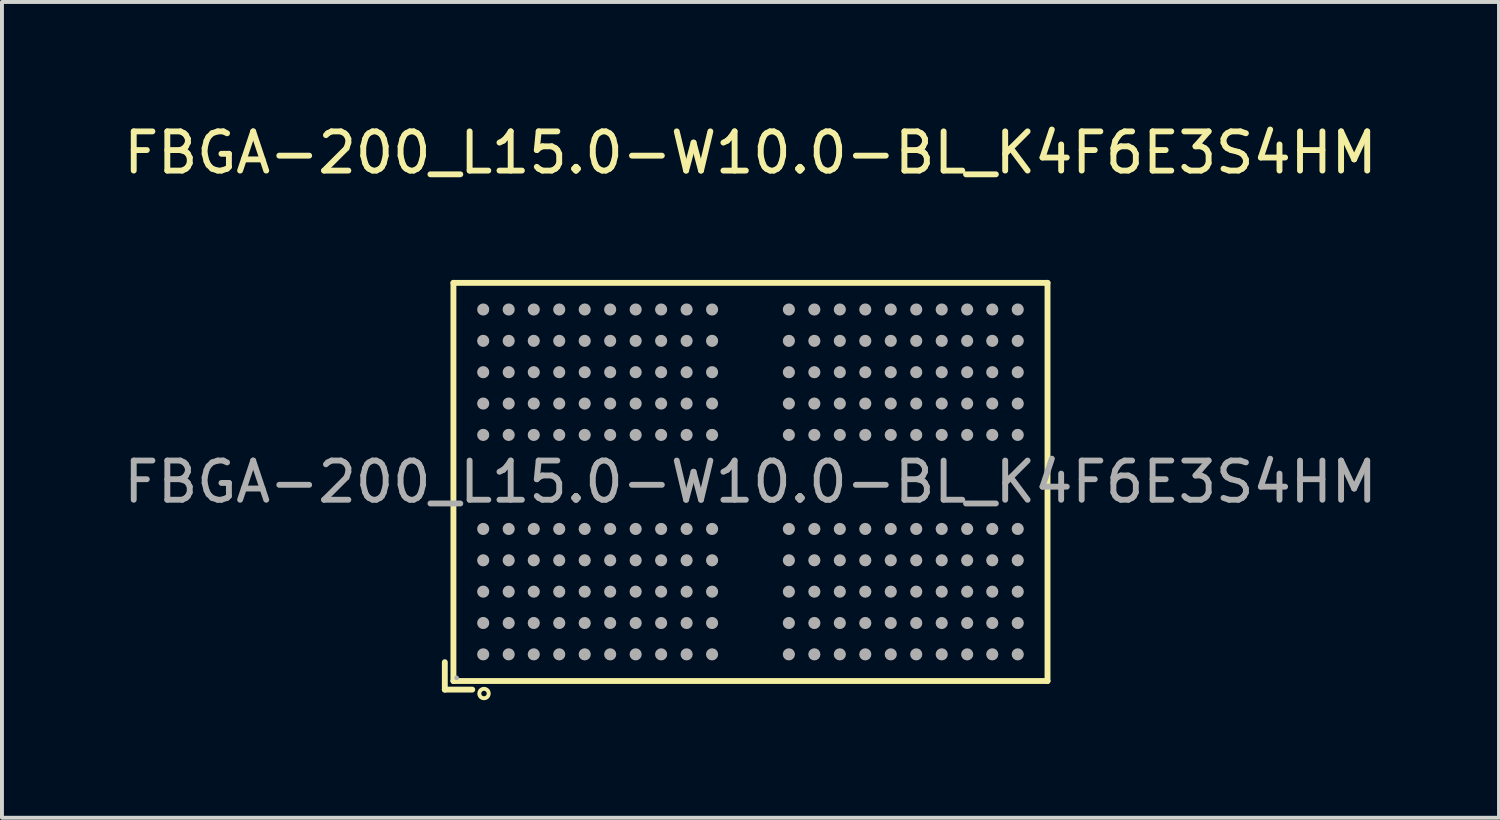
<source format=kicad_pcb>
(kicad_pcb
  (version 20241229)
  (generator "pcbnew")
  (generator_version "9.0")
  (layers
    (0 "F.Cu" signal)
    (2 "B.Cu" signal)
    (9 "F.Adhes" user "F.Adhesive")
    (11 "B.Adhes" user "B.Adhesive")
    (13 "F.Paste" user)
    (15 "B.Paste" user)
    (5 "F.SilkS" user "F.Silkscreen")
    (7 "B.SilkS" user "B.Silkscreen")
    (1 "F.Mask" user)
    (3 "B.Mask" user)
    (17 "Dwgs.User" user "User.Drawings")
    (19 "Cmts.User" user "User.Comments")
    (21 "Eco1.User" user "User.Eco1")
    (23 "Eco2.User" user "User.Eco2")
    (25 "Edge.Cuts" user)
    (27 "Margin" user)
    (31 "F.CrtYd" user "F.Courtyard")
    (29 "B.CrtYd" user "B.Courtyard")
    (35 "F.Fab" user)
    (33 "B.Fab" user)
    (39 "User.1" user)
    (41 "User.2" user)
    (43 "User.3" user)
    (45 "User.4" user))
  (footprint "FBGA-200_L15.0-W10.0-BL_K4F6E3S4HM"
    (layer "F.Cu")
    (at 16.101 9.248)
    (property "Reference" "FBGA-200_L15.0-W10.0-BL_K4F6E3S4HM" (at 0 -8.4 0) (layer "F.SilkS") (effects (font (size 1 1) (thickness 0.15))))
    (attr smd)
    (fp_line (start -7.8 4.6) (end -7.8 5.3) (stroke (width 0.15) (type solid)) (layer "F.SilkS"))
    (fp_line (start -7.8 5.3) (end -7.1 5.3) (stroke (width 0.15) (type solid)) (layer "F.SilkS"))
    (fp_line (start -7.58 -5.08) (end 7.58 -5.08) (stroke (width 0.15) (type solid)) (layer "F.SilkS"))
    (fp_line (start -7.58 5.08) (end -7.58 -5.08) (stroke (width 0.15) (type solid)) (layer "F.SilkS"))
    (fp_line (start 7.58 -5.08) (end 7.58 5.08) (stroke (width 0.15) (type solid)) (layer "F.SilkS"))
    (fp_line (start 7.58 5.08) (end -7.58 5.08) (stroke (width 0.15) (type solid)) (layer "F.SilkS"))
    (fp_circle (center -6.8 5.4) (end -6.68 5.4) (stroke (width 0.1) (type solid)) (fill no) (layer "F.SilkS"))
    (fp_circle (center -7.5 5) (end -7.47 5) (stroke (width 0.06) (type solid)) (fill no) (layer "F.Fab"))
    (fp_circle (center -6.82 -4.4) (end -6.74 -4.4) (stroke (width 0.15) (type solid)) (fill no) (layer "F.Fab"))
    (fp_circle (center -6.82 -3.6) (end -6.74 -3.6) (stroke (width 0.15) (type solid)) (fill no) (layer "F.Fab"))
    (fp_circle (center -6.82 -2.8) (end -6.74 -2.8) (stroke (width 0.15) (type solid)) (fill no) (layer "F.Fab"))
    (fp_circle (center -6.82 -2) (end -6.74 -2) (stroke (width 0.15) (type solid)) (fill no) (layer "F.Fab"))
    (fp_circle (center -6.82 -1.2) (end -6.74 -1.2) (stroke (width 0.15) (type solid)) (fill no) (layer "F.Fab"))
    (fp_circle (center -6.82 1.2) (end -6.74 1.2) (stroke (width 0.15) (type solid)) (fill no) (layer "F.Fab"))
    (fp_circle (center -6.82 2) (end -6.74 2) (stroke (width 0.15) (type solid)) (fill no) (layer "F.Fab"))
    (fp_circle (center -6.82 2.8) (end -6.74 2.8) (stroke (width 0.15) (type solid)) (fill no) (layer "F.Fab"))
    (fp_circle (center -6.82 3.6) (end -6.74 3.6) (stroke (width 0.15) (type solid)) (fill no) (layer "F.Fab"))
    (fp_circle (center -6.82 4.4) (end -6.74 4.4) (stroke (width 0.15) (type solid)) (fill no) (layer "F.Fab"))
    (fp_circle (center -6.17 -4.4) (end -6.09 -4.4) (stroke (width 0.15) (type solid)) (fill no) (layer "F.Fab"))
    (fp_circle (center -6.17 -3.6) (end -6.09 -3.6) (stroke (width 0.15) (type solid)) (fill no) (layer "F.Fab"))
    (fp_circle (center -6.17 -2.8) (end -6.09 -2.8) (stroke (width 0.15) (type solid)) (fill no) (layer "F.Fab"))
    (fp_circle (center -6.17 -2) (end -6.09 -2) (stroke (width 0.15) (type solid)) (fill no) (layer "F.Fab"))
    (fp_circle (center -6.17 -1.2) (end -6.09 -1.2) (stroke (width 0.15) (type solid)) (fill no) (layer "F.Fab"))
    (fp_circle (center -6.17 1.2) (end -6.09 1.2) (stroke (width 0.15) (type solid)) (fill no) (layer "F.Fab"))
    (fp_circle (center -6.17 2) (end -6.09 2) (stroke (width 0.15) (type solid)) (fill no) (layer "F.Fab"))
    (fp_circle (center -6.17 2.8) (end -6.09 2.8) (stroke (width 0.15) (type solid)) (fill no) (layer "F.Fab"))
    (fp_circle (center -6.17 3.6) (end -6.09 3.6) (stroke (width 0.15) (type solid)) (fill no) (layer "F.Fab"))
    (fp_circle (center -6.17 4.4) (end -6.09 4.4) (stroke (width 0.15) (type solid)) (fill no) (layer "F.Fab"))
    (fp_circle (center -5.53 -4.4) (end -5.45 -4.4) (stroke (width 0.15) (type solid)) (fill no) (layer "F.Fab"))
    (fp_circle (center -5.53 -3.6) (end -5.45 -3.6) (stroke (width 0.15) (type solid)) (fill no) (layer "F.Fab"))
    (fp_circle (center -5.53 -2.8) (end -5.45 -2.8) (stroke (width 0.15) (type solid)) (fill no) (layer "F.Fab"))
    (fp_circle (center -5.53 -2) (end -5.45 -2) (stroke (width 0.15) (type solid)) (fill no) (layer "F.Fab"))
    (fp_circle (center -5.53 -1.2) (end -5.45 -1.2) (stroke (width 0.15) (type solid)) (fill no) (layer "F.Fab"))
    (fp_circle (center -5.53 1.2) (end -5.45 1.2) (stroke (width 0.15) (type solid)) (fill no) (layer "F.Fab"))
    (fp_circle (center -5.53 2) (end -5.45 2) (stroke (width 0.15) (type solid)) (fill no) (layer "F.Fab"))
    (fp_circle (center -5.53 2.8) (end -5.45 2.8) (stroke (width 0.15) (type solid)) (fill no) (layer "F.Fab"))
    (fp_circle (center -5.53 3.6) (end -5.45 3.6) (stroke (width 0.15) (type solid)) (fill no) (layer "F.Fab"))
    (fp_circle (center -5.53 4.4) (end -5.45 4.4) (stroke (width 0.15) (type solid)) (fill no) (layer "F.Fab"))
    (fp_circle (center -4.88 -4.4) (end -4.8 -4.4) (stroke (width 0.15) (type solid)) (fill no) (layer "F.Fab"))
    (fp_circle (center -4.88 -3.6) (end -4.8 -3.6) (stroke (width 0.15) (type solid)) (fill no) (layer "F.Fab"))
    (fp_circle (center -4.88 -2.8) (end -4.8 -2.8) (stroke (width 0.15) (type solid)) (fill no) (layer "F.Fab"))
    (fp_circle (center -4.88 -2) (end -4.8 -2) (stroke (width 0.15) (type solid)) (fill no) (layer "F.Fab"))
    (fp_circle (center -4.88 -1.2) (end -4.8 -1.2) (stroke (width 0.15) (type solid)) (fill no) (layer "F.Fab"))
    (fp_circle (center -4.88 1.2) (end -4.8 1.2) (stroke (width 0.15) (type solid)) (fill no) (layer "F.Fab"))
    (fp_circle (center -4.88 2) (end -4.8 2) (stroke (width 0.15) (type solid)) (fill no) (layer "F.Fab"))
    (fp_circle (center -4.88 2.8) (end -4.8 2.8) (stroke (width 0.15) (type solid)) (fill no) (layer "F.Fab"))
    (fp_circle (center -4.88 3.6) (end -4.8 3.6) (stroke (width 0.15) (type solid)) (fill no) (layer "F.Fab"))
    (fp_circle (center -4.88 4.4) (end -4.8 4.4) (stroke (width 0.15) (type solid)) (fill no) (layer "F.Fab"))
    (fp_circle (center -4.23 -4.4) (end -4.15 -4.4) (stroke (width 0.15) (type solid)) (fill no) (layer "F.Fab"))
    (fp_circle (center -4.23 -3.6) (end -4.15 -3.6) (stroke (width 0.15) (type solid)) (fill no) (layer "F.Fab"))
    (fp_circle (center -4.23 -2.8) (end -4.15 -2.8) (stroke (width 0.15) (type solid)) (fill no) (layer "F.Fab"))
    (fp_circle (center -4.23 -2) (end -4.15 -2) (stroke (width 0.15) (type solid)) (fill no) (layer "F.Fab"))
    (fp_circle (center -4.23 -1.2) (end -4.15 -1.2) (stroke (width 0.15) (type solid)) (fill no) (layer "F.Fab"))
    (fp_circle (center -4.23 1.2) (end -4.15 1.2) (stroke (width 0.15) (type solid)) (fill no) (layer "F.Fab"))
    (fp_circle (center -4.23 2) (end -4.15 2) (stroke (width 0.15) (type solid)) (fill no) (layer "F.Fab"))
    (fp_circle (center -4.23 2.8) (end -4.15 2.8) (stroke (width 0.15) (type solid)) (fill no) (layer "F.Fab"))
    (fp_circle (center -4.23 3.6) (end -4.15 3.6) (stroke (width 0.15) (type solid)) (fill no) (layer "F.Fab"))
    (fp_circle (center -4.23 4.4) (end -4.15 4.4) (stroke (width 0.15) (type solid)) (fill no) (layer "F.Fab"))
    (fp_circle (center -3.58 -4.4) (end -3.5 -4.4) (stroke (width 0.15) (type solid)) (fill no) (layer "F.Fab"))
    (fp_circle (center -3.58 -3.6) (end -3.5 -3.6) (stroke (width 0.15) (type solid)) (fill no) (layer "F.Fab"))
    (fp_circle (center -3.58 -2.8) (end -3.5 -2.8) (stroke (width 0.15) (type solid)) (fill no) (layer "F.Fab"))
    (fp_circle (center -3.58 -2) (end -3.5 -2) (stroke (width 0.15) (type solid)) (fill no) (layer "F.Fab"))
    (fp_circle (center -3.58 -1.2) (end -3.5 -1.2) (stroke (width 0.15) (type solid)) (fill no) (layer "F.Fab"))
    (fp_circle (center -3.58 1.2) (end -3.5 1.2) (stroke (width 0.15) (type solid)) (fill no) (layer "F.Fab"))
    (fp_circle (center -3.58 2) (end -3.5 2) (stroke (width 0.15) (type solid)) (fill no) (layer "F.Fab"))
    (fp_circle (center -3.58 2.8) (end -3.5 2.8) (stroke (width 0.15) (type solid)) (fill no) (layer "F.Fab"))
    (fp_circle (center -3.58 3.6) (end -3.5 3.6) (stroke (width 0.15) (type solid)) (fill no) (layer "F.Fab"))
    (fp_circle (center -3.58 4.4) (end -3.5 4.4) (stroke (width 0.15) (type solid)) (fill no) (layer "F.Fab"))
    (fp_circle (center -2.93 -4.4) (end -2.85 -4.4) (stroke (width 0.15) (type solid)) (fill no) (layer "F.Fab"))
    (fp_circle (center -2.93 -3.6) (end -2.85 -3.6) (stroke (width 0.15) (type solid)) (fill no) (layer "F.Fab"))
    (fp_circle (center -2.93 -2.8) (end -2.85 -2.8) (stroke (width 0.15) (type solid)) (fill no) (layer "F.Fab"))
    (fp_circle (center -2.93 -2) (end -2.85 -2) (stroke (width 0.15) (type solid)) (fill no) (layer "F.Fab"))
    (fp_circle (center -2.93 -1.2) (end -2.85 -1.2) (stroke (width 0.15) (type solid)) (fill no) (layer "F.Fab"))
    (fp_circle (center -2.93 1.2) (end -2.85 1.2) (stroke (width 0.15) (type solid)) (fill no) (layer "F.Fab"))
    (fp_circle (center -2.93 2) (end -2.85 2) (stroke (width 0.15) (type solid)) (fill no) (layer "F.Fab"))
    (fp_circle (center -2.93 2.8) (end -2.85 2.8) (stroke (width 0.15) (type solid)) (fill no) (layer "F.Fab"))
    (fp_circle (center -2.93 3.6) (end -2.85 3.6) (stroke (width 0.15) (type solid)) (fill no) (layer "F.Fab"))
    (fp_circle (center -2.93 4.4) (end -2.85 4.4) (stroke (width 0.15) (type solid)) (fill no) (layer "F.Fab"))
    (fp_circle (center -2.28 -4.4) (end -2.2 -4.4) (stroke (width 0.15) (type solid)) (fill no) (layer "F.Fab"))
    (fp_circle (center -2.28 -3.6) (end -2.2 -3.6) (stroke (width 0.15) (type solid)) (fill no) (layer "F.Fab"))
    (fp_circle (center -2.28 -2.8) (end -2.2 -2.8) (stroke (width 0.15) (type solid)) (fill no) (layer "F.Fab"))
    (fp_circle (center -2.28 -2) (end -2.2 -2) (stroke (width 0.15) (type solid)) (fill no) (layer "F.Fab"))
    (fp_circle (center -2.28 -1.2) (end -2.2 -1.2) (stroke (width 0.15) (type solid)) (fill no) (layer "F.Fab"))
    (fp_circle (center -2.28 1.2) (end -2.2 1.2) (stroke (width 0.15) (type solid)) (fill no) (layer "F.Fab"))
    (fp_circle (center -2.28 2) (end -2.2 2) (stroke (width 0.15) (type solid)) (fill no) (layer "F.Fab"))
    (fp_circle (center -2.28 2.8) (end -2.2 2.8) (stroke (width 0.15) (type solid)) (fill no) (layer "F.Fab"))
    (fp_circle (center -2.28 3.6) (end -2.2 3.6) (stroke (width 0.15) (type solid)) (fill no) (layer "F.Fab"))
    (fp_circle (center -2.28 4.4) (end -2.2 4.4) (stroke (width 0.15) (type solid)) (fill no) (layer "F.Fab"))
    (fp_circle (center -1.63 -4.4) (end -1.55 -4.4) (stroke (width 0.15) (type solid)) (fill no) (layer "F.Fab"))
    (fp_circle (center -1.63 -3.6) (end -1.55 -3.6) (stroke (width 0.15) (type solid)) (fill no) (layer "F.Fab"))
    (fp_circle (center -1.63 -2.8) (end -1.55 -2.8) (stroke (width 0.15) (type solid)) (fill no) (layer "F.Fab"))
    (fp_circle (center -1.63 -2) (end -1.55 -2) (stroke (width 0.15) (type solid)) (fill no) (layer "F.Fab"))
    (fp_circle (center -1.63 -1.2) (end -1.55 -1.2) (stroke (width 0.15) (type solid)) (fill no) (layer "F.Fab"))
    (fp_circle (center -1.63 1.2) (end -1.55 1.2) (stroke (width 0.15) (type solid)) (fill no) (layer "F.Fab"))
    (fp_circle (center -1.63 2) (end -1.55 2) (stroke (width 0.15) (type solid)) (fill no) (layer "F.Fab"))
    (fp_circle (center -1.63 2.8) (end -1.55 2.8) (stroke (width 0.15) (type solid)) (fill no) (layer "F.Fab"))
    (fp_circle (center -1.63 3.6) (end -1.55 3.6) (stroke (width 0.15) (type solid)) (fill no) (layer "F.Fab"))
    (fp_circle (center -1.63 4.4) (end -1.55 4.4) (stroke (width 0.15) (type solid)) (fill no) (layer "F.Fab"))
    (fp_circle (center -0.98 -4.4) (end -0.9 -4.4) (stroke (width 0.15) (type solid)) (fill no) (layer "F.Fab"))
    (fp_circle (center -0.98 -3.6) (end -0.9 -3.6) (stroke (width 0.15) (type solid)) (fill no) (layer "F.Fab"))
    (fp_circle (center -0.98 -2.8) (end -0.9 -2.8) (stroke (width 0.15) (type solid)) (fill no) (layer "F.Fab"))
    (fp_circle (center -0.98 -2) (end -0.9 -2) (stroke (width 0.15) (type solid)) (fill no) (layer "F.Fab"))
    (fp_circle (center -0.98 -1.2) (end -0.9 -1.2) (stroke (width 0.15) (type solid)) (fill no) (layer "F.Fab"))
    (fp_circle (center -0.98 1.2) (end -0.9 1.2) (stroke (width 0.15) (type solid)) (fill no) (layer "F.Fab"))
    (fp_circle (center -0.98 2) (end -0.9 2) (stroke (width 0.15) (type solid)) (fill no) (layer "F.Fab"))
    (fp_circle (center -0.98 2.8) (end -0.9 2.8) (stroke (width 0.15) (type solid)) (fill no) (layer "F.Fab"))
    (fp_circle (center -0.98 3.6) (end -0.9 3.6) (stroke (width 0.15) (type solid)) (fill no) (layer "F.Fab"))
    (fp_circle (center -0.98 4.4) (end -0.9 4.4) (stroke (width 0.15) (type solid)) (fill no) (layer "F.Fab"))
    (fp_circle (center 0.98 -4.4) (end 1.06 -4.4) (stroke (width 0.15) (type solid)) (fill no) (layer "F.Fab"))
    (fp_circle (center 0.98 -3.6) (end 1.06 -3.6) (stroke (width 0.15) (type solid)) (fill no) (layer "F.Fab"))
    (fp_circle (center 0.98 -2.8) (end 1.06 -2.8) (stroke (width 0.15) (type solid)) (fill no) (layer "F.Fab"))
    (fp_circle (center 0.98 -2) (end 1.06 -2) (stroke (width 0.15) (type solid)) (fill no) (layer "F.Fab"))
    (fp_circle (center 0.98 -1.2) (end 1.06 -1.2) (stroke (width 0.15) (type solid)) (fill no) (layer "F.Fab"))
    (fp_circle (center 0.98 1.2) (end 1.06 1.2) (stroke (width 0.15) (type solid)) (fill no) (layer "F.Fab"))
    (fp_circle (center 0.98 2) (end 1.06 2) (stroke (width 0.15) (type solid)) (fill no) (layer "F.Fab"))
    (fp_circle (center 0.98 2.8) (end 1.06 2.8) (stroke (width 0.15) (type solid)) (fill no) (layer "F.Fab"))
    (fp_circle (center 0.98 3.6) (end 1.06 3.6) (stroke (width 0.15) (type solid)) (fill no) (layer "F.Fab"))
    (fp_circle (center 0.98 4.4) (end 1.06 4.4) (stroke (width 0.15) (type solid)) (fill no) (layer "F.Fab"))
    (fp_circle (center 1.63 -4.4) (end 1.71 -4.4) (stroke (width 0.15) (type solid)) (fill no) (layer "F.Fab"))
    (fp_circle (center 1.63 -3.6) (end 1.71 -3.6) (stroke (width 0.15) (type solid)) (fill no) (layer "F.Fab"))
    (fp_circle (center 1.63 -2.8) (end 1.71 -2.8) (stroke (width 0.15) (type solid)) (fill no) (layer "F.Fab"))
    (fp_circle (center 1.63 -2) (end 1.71 -2) (stroke (width 0.15) (type solid)) (fill no) (layer "F.Fab"))
    (fp_circle (center 1.63 -1.2) (end 1.71 -1.2) (stroke (width 0.15) (type solid)) (fill no) (layer "F.Fab"))
    (fp_circle (center 1.63 1.2) (end 1.71 1.2) (stroke (width 0.15) (type solid)) (fill no) (layer "F.Fab"))
    (fp_circle (center 1.63 2) (end 1.71 2) (stroke (width 0.15) (type solid)) (fill no) (layer "F.Fab"))
    (fp_circle (center 1.63 2.8) (end 1.71 2.8) (stroke (width 0.15) (type solid)) (fill no) (layer "F.Fab"))
    (fp_circle (center 1.63 3.6) (end 1.71 3.6) (stroke (width 0.15) (type solid)) (fill no) (layer "F.Fab"))
    (fp_circle (center 1.63 4.4) (end 1.71 4.4) (stroke (width 0.15) (type solid)) (fill no) (layer "F.Fab"))
    (fp_circle (center 2.28 -4.4) (end 2.36 -4.4) (stroke (width 0.15) (type solid)) (fill no) (layer "F.Fab"))
    (fp_circle (center 2.28 -3.6) (end 2.36 -3.6) (stroke (width 0.15) (type solid)) (fill no) (layer "F.Fab"))
    (fp_circle (center 2.28 -2.8) (end 2.36 -2.8) (stroke (width 0.15) (type solid)) (fill no) (layer "F.Fab"))
    (fp_circle (center 2.28 -2) (end 2.36 -2) (stroke (width 0.15) (type solid)) (fill no) (layer "F.Fab"))
    (fp_circle (center 2.28 -1.2) (end 2.36 -1.2) (stroke (width 0.15) (type solid)) (fill no) (layer "F.Fab"))
    (fp_circle (center 2.28 1.2) (end 2.36 1.2) (stroke (width 0.15) (type solid)) (fill no) (layer "F.Fab"))
    (fp_circle (center 2.28 2) (end 2.36 2) (stroke (width 0.15) (type solid)) (fill no) (layer "F.Fab"))
    (fp_circle (center 2.28 2.8) (end 2.36 2.8) (stroke (width 0.15) (type solid)) (fill no) (layer "F.Fab"))
    (fp_circle (center 2.28 3.6) (end 2.36 3.6) (stroke (width 0.15) (type solid)) (fill no) (layer "F.Fab"))
    (fp_circle (center 2.28 4.4) (end 2.36 4.4) (stroke (width 0.15) (type solid)) (fill no) (layer "F.Fab"))
    (fp_circle (center 2.93 -4.4) (end 3.01 -4.4) (stroke (width 0.15) (type solid)) (fill no) (layer "F.Fab"))
    (fp_circle (center 2.93 -3.6) (end 3.01 -3.6) (stroke (width 0.15) (type solid)) (fill no) (layer "F.Fab"))
    (fp_circle (center 2.93 -2.8) (end 3.01 -2.8) (stroke (width 0.15) (type solid)) (fill no) (layer "F.Fab"))
    (fp_circle (center 2.93 -2) (end 3.01 -2) (stroke (width 0.15) (type solid)) (fill no) (layer "F.Fab"))
    (fp_circle (center 2.93 -1.2) (end 3.01 -1.2) (stroke (width 0.15) (type solid)) (fill no) (layer "F.Fab"))
    (fp_circle (center 2.93 1.2) (end 3.01 1.2) (stroke (width 0.15) (type solid)) (fill no) (layer "F.Fab"))
    (fp_circle (center 2.93 2) (end 3.01 2) (stroke (width 0.15) (type solid)) (fill no) (layer "F.Fab"))
    (fp_circle (center 2.93 2.8) (end 3.01 2.8) (stroke (width 0.15) (type solid)) (fill no) (layer "F.Fab"))
    (fp_circle (center 2.93 3.6) (end 3.01 3.6) (stroke (width 0.15) (type solid)) (fill no) (layer "F.Fab"))
    (fp_circle (center 2.93 4.4) (end 3.01 4.4) (stroke (width 0.15) (type solid)) (fill no) (layer "F.Fab"))
    (fp_circle (center 3.58 -4.4) (end 3.66 -4.4) (stroke (width 0.15) (type solid)) (fill no) (layer "F.Fab"))
    (fp_circle (center 3.58 -3.6) (end 3.66 -3.6) (stroke (width 0.15) (type solid)) (fill no) (layer "F.Fab"))
    (fp_circle (center 3.58 -2.8) (end 3.66 -2.8) (stroke (width 0.15) (type solid)) (fill no) (layer "F.Fab"))
    (fp_circle (center 3.58 -2) (end 3.66 -2) (stroke (width 0.15) (type solid)) (fill no) (layer "F.Fab"))
    (fp_circle (center 3.58 -1.2) (end 3.66 -1.2) (stroke (width 0.15) (type solid)) (fill no) (layer "F.Fab"))
    (fp_circle (center 3.58 1.2) (end 3.66 1.2) (stroke (width 0.15) (type solid)) (fill no) (layer "F.Fab"))
    (fp_circle (center 3.58 2) (end 3.66 2) (stroke (width 0.15) (type solid)) (fill no) (layer "F.Fab"))
    (fp_circle (center 3.58 2.8) (end 3.66 2.8) (stroke (width 0.15) (type solid)) (fill no) (layer "F.Fab"))
    (fp_circle (center 3.58 3.6) (end 3.66 3.6) (stroke (width 0.15) (type solid)) (fill no) (layer "F.Fab"))
    (fp_circle (center 3.58 4.4) (end 3.66 4.4) (stroke (width 0.15) (type solid)) (fill no) (layer "F.Fab"))
    (fp_circle (center 4.23 -4.4) (end 4.31 -4.4) (stroke (width 0.15) (type solid)) (fill no) (layer "F.Fab"))
    (fp_circle (center 4.23 -3.6) (end 4.31 -3.6) (stroke (width 0.15) (type solid)) (fill no) (layer "F.Fab"))
    (fp_circle (center 4.23 -2.8) (end 4.31 -2.8) (stroke (width 0.15) (type solid)) (fill no) (layer "F.Fab"))
    (fp_circle (center 4.23 -2) (end 4.31 -2) (stroke (width 0.15) (type solid)) (fill no) (layer "F.Fab"))
    (fp_circle (center 4.23 -1.2) (end 4.31 -1.2) (stroke (width 0.15) (type solid)) (fill no) (layer "F.Fab"))
    (fp_circle (center 4.23 1.2) (end 4.31 1.2) (stroke (width 0.15) (type solid)) (fill no) (layer "F.Fab"))
    (fp_circle (center 4.23 2) (end 4.31 2) (stroke (width 0.15) (type solid)) (fill no) (layer "F.Fab"))
    (fp_circle (center 4.23 2.8) (end 4.31 2.8) (stroke (width 0.15) (type solid)) (fill no) (layer "F.Fab"))
    (fp_circle (center 4.23 3.6) (end 4.31 3.6) (stroke (width 0.15) (type solid)) (fill no) (layer "F.Fab"))
    (fp_circle (center 4.23 4.4) (end 4.31 4.4) (stroke (width 0.15) (type solid)) (fill no) (layer "F.Fab"))
    (fp_circle (center 4.88 -4.4) (end 4.96 -4.4) (stroke (width 0.15) (type solid)) (fill no) (layer "F.Fab"))
    (fp_circle (center 4.88 -3.6) (end 4.96 -3.6) (stroke (width 0.15) (type solid)) (fill no) (layer "F.Fab"))
    (fp_circle (center 4.88 -2.8) (end 4.96 -2.8) (stroke (width 0.15) (type solid)) (fill no) (layer "F.Fab"))
    (fp_circle (center 4.88 -2) (end 4.96 -2) (stroke (width 0.15) (type solid)) (fill no) (layer "F.Fab"))
    (fp_circle (center 4.88 -1.2) (end 4.96 -1.2) (stroke (width 0.15) (type solid)) (fill no) (layer "F.Fab"))
    (fp_circle (center 4.88 1.2) (end 4.96 1.2) (stroke (width 0.15) (type solid)) (fill no) (layer "F.Fab"))
    (fp_circle (center 4.88 2) (end 4.96 2) (stroke (width 0.15) (type solid)) (fill no) (layer "F.Fab"))
    (fp_circle (center 4.88 2.8) (end 4.96 2.8) (stroke (width 0.15) (type solid)) (fill no) (layer "F.Fab"))
    (fp_circle (center 4.88 3.6) (end 4.96 3.6) (stroke (width 0.15) (type solid)) (fill no) (layer "F.Fab"))
    (fp_circle (center 4.88 4.4) (end 4.96 4.4) (stroke (width 0.15) (type solid)) (fill no) (layer "F.Fab"))
    (fp_circle (center 5.53 -4.4) (end 5.61 -4.4) (stroke (width 0.15) (type solid)) (fill no) (layer "F.Fab"))
    (fp_circle (center 5.53 -3.6) (end 5.61 -3.6) (stroke (width 0.15) (type solid)) (fill no) (layer "F.Fab"))
    (fp_circle (center 5.53 -2.8) (end 5.61 -2.8) (stroke (width 0.15) (type solid)) (fill no) (layer "F.Fab"))
    (fp_circle (center 5.53 -2) (end 5.61 -2) (stroke (width 0.15) (type solid)) (fill no) (layer "F.Fab"))
    (fp_circle (center 5.53 -1.2) (end 5.61 -1.2) (stroke (width 0.15) (type solid)) (fill no) (layer "F.Fab"))
    (fp_circle (center 5.53 1.2) (end 5.61 1.2) (stroke (width 0.15) (type solid)) (fill no) (layer "F.Fab"))
    (fp_circle (center 5.53 2) (end 5.61 2) (stroke (width 0.15) (type solid)) (fill no) (layer "F.Fab"))
    (fp_circle (center 5.53 2.8) (end 5.61 2.8) (stroke (width 0.15) (type solid)) (fill no) (layer "F.Fab"))
    (fp_circle (center 5.53 3.6) (end 5.61 3.6) (stroke (width 0.15) (type solid)) (fill no) (layer "F.Fab"))
    (fp_circle (center 5.53 4.4) (end 5.61 4.4) (stroke (width 0.15) (type solid)) (fill no) (layer "F.Fab"))
    (fp_circle (center 6.17 -4.4) (end 6.25 -4.4) (stroke (width 0.15) (type solid)) (fill no) (layer "F.Fab"))
    (fp_circle (center 6.17 -3.6) (end 6.25 -3.6) (stroke (width 0.15) (type solid)) (fill no) (layer "F.Fab"))
    (fp_circle (center 6.17 -2.8) (end 6.25 -2.8) (stroke (width 0.15) (type solid)) (fill no) (layer "F.Fab"))
    (fp_circle (center 6.17 -2) (end 6.25 -2) (stroke (width 0.15) (type solid)) (fill no) (layer "F.Fab"))
    (fp_circle (center 6.17 -1.2) (end 6.25 -1.2) (stroke (width 0.15) (type solid)) (fill no) (layer "F.Fab"))
    (fp_circle (center 6.17 1.2) (end 6.25 1.2) (stroke (width 0.15) (type solid)) (fill no) (layer "F.Fab"))
    (fp_circle (center 6.17 2) (end 6.25 2) (stroke (width 0.15) (type solid)) (fill no) (layer "F.Fab"))
    (fp_circle (center 6.17 2.8) (end 6.25 2.8) (stroke (width 0.15) (type solid)) (fill no) (layer "F.Fab"))
    (fp_circle (center 6.17 3.6) (end 6.25 3.6) (stroke (width 0.15) (type solid)) (fill no) (layer "F.Fab"))
    (fp_circle (center 6.17 4.4) (end 6.25 4.4) (stroke (width 0.15) (type solid)) (fill no) (layer "F.Fab"))
    (fp_circle (center 6.82 -4.4) (end 6.9 -4.4) (stroke (width 0.15) (type solid)) (fill no) (layer "F.Fab"))
    (fp_circle (center 6.82 -3.6) (end 6.9 -3.6) (stroke (width 0.15) (type solid)) (fill no) (layer "F.Fab"))
    (fp_circle (center 6.82 -2.8) (end 6.9 -2.8) (stroke (width 0.15) (type solid)) (fill no) (layer "F.Fab"))
    (fp_circle (center 6.82 -2) (end 6.9 -2) (stroke (width 0.15) (type solid)) (fill no) (layer "F.Fab"))
    (fp_circle (center 6.82 -1.2) (end 6.9 -1.2) (stroke (width 0.15) (type solid)) (fill no) (layer "F.Fab"))
    (fp_circle (center 6.82 1.2) (end 6.9 1.2) (stroke (width 0.15) (type solid)) (fill no) (layer "F.Fab"))
    (fp_circle (center 6.82 2) (end 6.9 2) (stroke (width 0.15) (type solid)) (fill no) (layer "F.Fab"))
    (fp_circle (center 6.82 2.8) (end 6.9 2.8) (stroke (width 0.15) (type solid)) (fill no) (layer "F.Fab"))
    (fp_circle (center 6.82 3.6) (end 6.9 3.6) (stroke (width 0.15) (type solid)) (fill no) (layer "F.Fab"))
    (fp_circle (center 6.82 4.4) (end 6.9 4.4) (stroke (width 0.15) (type solid)) (fill no) (layer "F.Fab"))
    (fp_text user "${REFERENCE}" (at 0 0 0) (layer "F.Fab") (effects (font (size 1 1) (thickness 0.15))))
    (pad "A1" smd circle (at -6.82 4.4) (size 0.28 0.28) (layers "F.Cu" "F.Mask" "F.Paste"))
    (pad "A2" smd circle (at -6.82 3.6) (size 0.28 0.28) (layers "F.Cu" "F.Mask" "F.Paste"))
    (pad "A3" smd circle (at -6.82 2.8) (size 0.28 0.28) (layers "F.Cu" "F.Mask" "F.Paste"))
    (pad "A4" smd circle (at -6.82 2) (size 0.28 0.28) (layers "F.Cu" "F.Mask" "F.Paste"))
    (pad "A5" smd circle (at -6.82 1.2) (size 0.28 0.28) (layers "F.Cu" "F.Mask" "F.Paste"))
    (pad "A8" smd circle (at -6.82 -1.2) (size 0.28 0.28) (layers "F.Cu" "F.Mask" "F.Paste"))
    (pad "A9" smd circle (at -6.82 -2) (size 0.28 0.28) (layers "F.Cu" "F.Mask" "F.Paste"))
    (pad "A10" smd circle (at -6.82 -2.8) (size 0.28 0.28) (layers "F.Cu" "F.Mask" "F.Paste"))
    (pad "A11" smd circle (at -6.82 -3.6) (size 0.28 0.28) (layers "F.Cu" "F.Mask" "F.Paste"))
    (pad "A12" smd circle (at -6.82 -4.4) (size 0.28 0.28) (layers "F.Cu" "F.Mask" "F.Paste"))
    (pad "AA1" smd circle (at 6.17 4.4) (size 0.28 0.28) (layers "F.Cu" "F.Mask" "F.Paste"))
    (pad "AA2" smd circle (at 6.17 3.6) (size 0.28 0.28) (layers "F.Cu" "F.Mask" "F.Paste"))
    (pad "AA3" smd circle (at 6.17 2.8) (size 0.28 0.28) (layers "F.Cu" "F.Mask" "F.Paste"))
    (pad "AA4" smd circle (at 6.17 2) (size 0.28 0.28) (layers "F.Cu" "F.Mask" "F.Paste"))
    (pad "AA5" smd circle (at 6.17 1.2) (size 0.28 0.28) (layers "F.Cu" "F.Mask" "F.Paste"))
    (pad "AA8" smd circle (at 6.17 -1.2) (size 0.28 0.28) (layers "F.Cu" "F.Mask" "F.Paste"))
    (pad "AA9" smd circle (at 6.17 -2) (size 0.28 0.28) (layers "F.Cu" "F.Mask" "F.Paste"))
    (pad "AA10" smd circle (at 6.17 -2.8) (size 0.28 0.28) (layers "F.Cu" "F.Mask" "F.Paste"))
    (pad "AA11" smd circle (at 6.17 -3.6) (size 0.28 0.28) (layers "F.Cu" "F.Mask" "F.Paste"))
    (pad "AA12" smd circle (at 6.17 -4.4) (size 0.28 0.28) (layers "F.Cu" "F.Mask" "F.Paste"))
    (pad "AB1" smd circle (at 6.82 4.4) (size 0.28 0.28) (layers "F.Cu" "F.Mask" "F.Paste"))
    (pad "AB2" smd circle (at 6.82 3.6) (size 0.28 0.28) (layers "F.Cu" "F.Mask" "F.Paste"))
    (pad "AB3" smd circle (at 6.82 2.8) (size 0.28 0.28) (layers "F.Cu" "F.Mask" "F.Paste"))
    (pad "AB4" smd circle (at 6.82 2) (size 0.28 0.28) (layers "F.Cu" "F.Mask" "F.Paste"))
    (pad "AB5" smd circle (at 6.82 1.2) (size 0.28 0.28) (layers "F.Cu" "F.Mask" "F.Paste"))
    (pad "AB8" smd circle (at 6.82 -1.2) (size 0.28 0.28) (layers "F.Cu" "F.Mask" "F.Paste"))
    (pad "AB9" smd circle (at 6.82 -2) (size 0.28 0.28) (layers "F.Cu" "F.Mask" "F.Paste"))
    (pad "AB10" smd circle (at 6.82 -2.8) (size 0.28 0.28) (layers "F.Cu" "F.Mask" "F.Paste"))
    (pad "AB11" smd circle (at 6.82 -3.6) (size 0.28 0.28) (layers "F.Cu" "F.Mask" "F.Paste"))
    (pad "AB12" smd circle (at 6.82 -4.4) (size 0.28 0.28) (layers "F.Cu" "F.Mask" "F.Paste"))
    (pad "B1" smd circle (at -6.17 4.4) (size 0.28 0.28) (layers "F.Cu" "F.Mask" "F.Paste"))
    (pad "B2" smd circle (at -6.17 3.6) (size 0.28 0.28) (layers "F.Cu" "F.Mask" "F.Paste"))
    (pad "B3" smd circle (at -6.17 2.8) (size 0.28 0.28) (layers "F.Cu" "F.Mask" "F.Paste"))
    (pad "B4" smd circle (at -6.17 2) (size 0.28 0.28) (layers "F.Cu" "F.Mask" "F.Paste"))
    (pad "B5" smd circle (at -6.17 1.2) (size 0.28 0.28) (layers "F.Cu" "F.Mask" "F.Paste"))
    (pad "B8" smd circle (at -6.17 -1.2) (size 0.28 0.28) (layers "F.Cu" "F.Mask" "F.Paste"))
    (pad "B9" smd circle (at -6.17 -2) (size 0.28 0.28) (layers "F.Cu" "F.Mask" "F.Paste"))
    (pad "B10" smd circle (at -6.17 -2.8) (size 0.28 0.28) (layers "F.Cu" "F.Mask" "F.Paste"))
    (pad "B11" smd circle (at -6.17 -3.6) (size 0.28 0.28) (layers "F.Cu" "F.Mask" "F.Paste"))
    (pad "B12" smd circle (at -6.17 -4.4) (size 0.28 0.28) (layers "F.Cu" "F.Mask" "F.Paste"))
    (pad "C1" smd circle (at -5.53 4.4) (size 0.28 0.28) (layers "F.Cu" "F.Mask" "F.Paste"))
    (pad "C2" smd circle (at -5.53 3.6) (size 0.28 0.28) (layers "F.Cu" "F.Mask" "F.Paste"))
    (pad "C3" smd circle (at -5.53 2.8) (size 0.28 0.28) (layers "F.Cu" "F.Mask" "F.Paste"))
    (pad "C4" smd circle (at -5.53 2) (size 0.28 0.28) (layers "F.Cu" "F.Mask" "F.Paste"))
    (pad "C5" smd circle (at -5.53 1.2) (size 0.28 0.28) (layers "F.Cu" "F.Mask" "F.Paste"))
    (pad "C8" smd circle (at -5.53 -1.2) (size 0.28 0.28) (layers "F.Cu" "F.Mask" "F.Paste"))
    (pad "C9" smd circle (at -5.53 -2) (size 0.28 0.28) (layers "F.Cu" "F.Mask" "F.Paste"))
    (pad "C10" smd circle (at -5.53 -2.8) (size 0.28 0.28) (layers "F.Cu" "F.Mask" "F.Paste"))
    (pad "C11" smd circle (at -5.53 -3.6) (size 0.28 0.28) (layers "F.Cu" "F.Mask" "F.Paste"))
    (pad "C12" smd circle (at -5.53 -4.4) (size 0.28 0.28) (layers "F.Cu" "F.Mask" "F.Paste"))
    (pad "D1" smd circle (at -4.88 4.4) (size 0.28 0.28) (layers "F.Cu" "F.Mask" "F.Paste"))
    (pad "D2" smd circle (at -4.88 3.6) (size 0.28 0.28) (layers "F.Cu" "F.Mask" "F.Paste"))
    (pad "D3" smd circle (at -4.88 2.8) (size 0.28 0.28) (layers "F.Cu" "F.Mask" "F.Paste"))
    (pad "D4" smd circle (at -4.88 2) (size 0.28 0.28) (layers "F.Cu" "F.Mask" "F.Paste"))
    (pad "D5" smd circle (at -4.88 1.2) (size 0.28 0.28) (layers "F.Cu" "F.Mask" "F.Paste"))
    (pad "D8" smd circle (at -4.88 -1.2) (size 0.28 0.28) (layers "F.Cu" "F.Mask" "F.Paste"))
    (pad "D9" smd circle (at -4.88 -2) (size 0.28 0.28) (layers "F.Cu" "F.Mask" "F.Paste"))
    (pad "D10" smd circle (at -4.88 -2.8) (size 0.28 0.28) (layers "F.Cu" "F.Mask" "F.Paste"))
    (pad "D11" smd circle (at -4.88 -3.6) (size 0.28 0.28) (layers "F.Cu" "F.Mask" "F.Paste"))
    (pad "D12" smd circle (at -4.88 -4.4) (size 0.28 0.28) (layers "F.Cu" "F.Mask" "F.Paste"))
    (pad "E1" smd circle (at -4.23 4.4) (size 0.28 0.28) (layers "F.Cu" "F.Mask" "F.Paste"))
    (pad "E2" smd circle (at -4.23 3.6) (size 0.28 0.28) (layers "F.Cu" "F.Mask" "F.Paste"))
    (pad "E3" smd circle (at -4.23 2.8) (size 0.28 0.28) (layers "F.Cu" "F.Mask" "F.Paste"))
    (pad "E4" smd circle (at -4.23 2) (size 0.28 0.28) (layers "F.Cu" "F.Mask" "F.Paste"))
    (pad "E5" smd circle (at -4.23 1.2) (size 0.28 0.28) (layers "F.Cu" "F.Mask" "F.Paste"))
    (pad "E8" smd circle (at -4.23 -1.2) (size 0.28 0.28) (layers "F.Cu" "F.Mask" "F.Paste"))
    (pad "E9" smd circle (at -4.23 -2) (size 0.28 0.28) (layers "F.Cu" "F.Mask" "F.Paste"))
    (pad "E10" smd circle (at -4.23 -2.8) (size 0.28 0.28) (layers "F.Cu" "F.Mask" "F.Paste"))
    (pad "E11" smd circle (at -4.23 -3.6) (size 0.28 0.28) (layers "F.Cu" "F.Mask" "F.Paste"))
    (pad "E12" smd circle (at -4.23 -4.4) (size 0.28 0.28) (layers "F.Cu" "F.Mask" "F.Paste"))
    (pad "F1" smd circle (at -3.58 4.4) (size 0.28 0.28) (layers "F.Cu" "F.Mask" "F.Paste"))
    (pad "F2" smd circle (at -3.58 3.6) (size 0.28 0.28) (layers "F.Cu" "F.Mask" "F.Paste"))
    (pad "F3" smd circle (at -3.58 2.8) (size 0.28 0.28) (layers "F.Cu" "F.Mask" "F.Paste"))
    (pad "F4" smd circle (at -3.58 2) (size 0.28 0.28) (layers "F.Cu" "F.Mask" "F.Paste"))
    (pad "F5" smd circle (at -3.58 1.2) (size 0.28 0.28) (layers "F.Cu" "F.Mask" "F.Paste"))
    (pad "F8" smd circle (at -3.58 -1.2) (size 0.28 0.28) (layers "F.Cu" "F.Mask" "F.Paste"))
    (pad "F9" smd circle (at -3.58 -2) (size 0.28 0.28) (layers "F.Cu" "F.Mask" "F.Paste"))
    (pad "F10" smd circle (at -3.58 -2.8) (size 0.28 0.28) (layers "F.Cu" "F.Mask" "F.Paste"))
    (pad "F11" smd circle (at -3.58 -3.6) (size 0.28 0.28) (layers "F.Cu" "F.Mask" "F.Paste"))
    (pad "F12" smd circle (at -3.58 -4.4) (size 0.28 0.28) (layers "F.Cu" "F.Mask" "F.Paste"))
    (pad "G1" smd circle (at -2.93 4.4) (size 0.28 0.28) (layers "F.Cu" "F.Mask" "F.Paste"))
    (pad "G2" smd circle (at -2.93 3.6) (size 0.28 0.28) (layers "F.Cu" "F.Mask" "F.Paste"))
    (pad "G3" smd circle (at -2.93 2.8) (size 0.28 0.28) (layers "F.Cu" "F.Mask" "F.Paste"))
    (pad "G4" smd circle (at -2.93 2) (size 0.28 0.28) (layers "F.Cu" "F.Mask" "F.Paste"))
    (pad "G5" smd circle (at -2.93 1.2) (size 0.28 0.28) (layers "F.Cu" "F.Mask" "F.Paste"))
    (pad "G8" smd circle (at -2.93 -1.2) (size 0.28 0.28) (layers "F.Cu" "F.Mask" "F.Paste"))
    (pad "G9" smd circle (at -2.93 -2) (size 0.28 0.28) (layers "F.Cu" "F.Mask" "F.Paste"))
    (pad "G10" smd circle (at -2.93 -2.8) (size 0.28 0.28) (layers "F.Cu" "F.Mask" "F.Paste"))
    (pad "G11" smd circle (at -2.93 -3.6) (size 0.28 0.28) (layers "F.Cu" "F.Mask" "F.Paste"))
    (pad "G12" smd circle (at -2.93 -4.4) (size 0.28 0.28) (layers "F.Cu" "F.Mask" "F.Paste"))
    (pad "H1" smd circle (at -2.28 4.4) (size 0.28 0.28) (layers "F.Cu" "F.Mask" "F.Paste"))
    (pad "H2" smd circle (at -2.28 3.6) (size 0.28 0.28) (layers "F.Cu" "F.Mask" "F.Paste"))
    (pad "H3" smd circle (at -2.28 2.8) (size 0.28 0.28) (layers "F.Cu" "F.Mask" "F.Paste"))
    (pad "H4" smd circle (at -2.28 2) (size 0.28 0.28) (layers "F.Cu" "F.Mask" "F.Paste"))
    (pad "H5" smd circle (at -2.28 1.2) (size 0.28 0.28) (layers "F.Cu" "F.Mask" "F.Paste"))
    (pad "H8" smd circle (at -2.28 -1.2) (size 0.28 0.28) (layers "F.Cu" "F.Mask" "F.Paste"))
    (pad "H9" smd circle (at -2.28 -2) (size 0.28 0.28) (layers "F.Cu" "F.Mask" "F.Paste"))
    (pad "H10" smd circle (at -2.28 -2.8) (size 0.28 0.28) (layers "F.Cu" "F.Mask" "F.Paste"))
    (pad "H11" smd circle (at -2.28 -3.6) (size 0.28 0.28) (layers "F.Cu" "F.Mask" "F.Paste"))
    (pad "H12" smd circle (at -2.28 -4.4) (size 0.28 0.28) (layers "F.Cu" "F.Mask" "F.Paste"))
    (pad "J1" smd circle (at -1.63 4.4) (size 0.28 0.28) (layers "F.Cu" "F.Mask" "F.Paste"))
    (pad "J2" smd circle (at -1.63 3.6) (size 0.28 0.28) (layers "F.Cu" "F.Mask" "F.Paste"))
    (pad "J3" smd circle (at -1.63 2.8) (size 0.28 0.28) (layers "F.Cu" "F.Mask" "F.Paste"))
    (pad "J4" smd circle (at -1.63 2) (size 0.28 0.28) (layers "F.Cu" "F.Mask" "F.Paste"))
    (pad "J5" smd circle (at -1.63 1.2) (size 0.28 0.28) (layers "F.Cu" "F.Mask" "F.Paste"))
    (pad "J8" smd circle (at -1.63 -1.2) (size 0.28 0.28) (layers "F.Cu" "F.Mask" "F.Paste"))
    (pad "J9" smd circle (at -1.63 -2) (size 0.28 0.28) (layers "F.Cu" "F.Mask" "F.Paste"))
    (pad "J10" smd circle (at -1.63 -2.8) (size 0.28 0.28) (layers "F.Cu" "F.Mask" "F.Paste"))
    (pad "J11" smd circle (at -1.63 -3.6) (size 0.28 0.28) (layers "F.Cu" "F.Mask" "F.Paste"))
    (pad "J12" smd circle (at -1.63 -4.4) (size 0.28 0.28) (layers "F.Cu" "F.Mask" "F.Paste"))
    (pad "K1" smd circle (at -0.98 4.4) (size 0.28 0.28) (layers "F.Cu" "F.Mask" "F.Paste"))
    (pad "K2" smd circle (at -0.98 3.6) (size 0.28 0.28) (layers "F.Cu" "F.Mask" "F.Paste"))
    (pad "K3" smd circle (at -0.98 2.8) (size 0.28 0.28) (layers "F.Cu" "F.Mask" "F.Paste"))
    (pad "K4" smd circle (at -0.98 2) (size 0.28 0.28) (layers "F.Cu" "F.Mask" "F.Paste"))
    (pad "K5" smd circle (at -0.98 1.2) (size 0.28 0.28) (layers "F.Cu" "F.Mask" "F.Paste"))
    (pad "K8" smd circle (at -0.98 -1.2) (size 0.28 0.28) (layers "F.Cu" "F.Mask" "F.Paste"))
    (pad "K9" smd circle (at -0.98 -2) (size 0.28 0.28) (layers "F.Cu" "F.Mask" "F.Paste"))
    (pad "K10" smd circle (at -0.98 -2.8) (size 0.28 0.28) (layers "F.Cu" "F.Mask" "F.Paste"))
    (pad "K11" smd circle (at -0.98 -3.6) (size 0.28 0.28) (layers "F.Cu" "F.Mask" "F.Paste"))
    (pad "K12" smd circle (at -0.98 -4.4) (size 0.28 0.28) (layers "F.Cu" "F.Mask" "F.Paste"))
    (pad "N1" smd circle (at 0.98 4.4) (size 0.28 0.28) (layers "F.Cu" "F.Mask" "F.Paste"))
    (pad "N2" smd circle (at 0.98 3.6) (size 0.28 0.28) (layers "F.Cu" "F.Mask" "F.Paste"))
    (pad "N3" smd circle (at 0.98 2.8) (size 0.28 0.28) (layers "F.Cu" "F.Mask" "F.Paste"))
    (pad "N4" smd circle (at 0.98 2) (size 0.28 0.28) (layers "F.Cu" "F.Mask" "F.Paste"))
    (pad "N5" smd circle (at 0.98 1.2) (size 0.28 0.28) (layers "F.Cu" "F.Mask" "F.Paste"))
    (pad "N8" smd circle (at 0.98 -1.2) (size 0.28 0.28) (layers "F.Cu" "F.Mask" "F.Paste"))
    (pad "N9" smd circle (at 0.98 -2) (size 0.28 0.28) (layers "F.Cu" "F.Mask" "F.Paste"))
    (pad "N10" smd circle (at 0.98 -2.8) (size 0.28 0.28) (layers "F.Cu" "F.Mask" "F.Paste"))
    (pad "N11" smd circle (at 0.98 -3.6) (size 0.28 0.28) (layers "F.Cu" "F.Mask" "F.Paste"))
    (pad "N12" smd circle (at 0.98 -4.4) (size 0.28 0.28) (layers "F.Cu" "F.Mask" "F.Paste"))
    (pad "P1" smd circle (at 1.63 4.4) (size 0.28 0.28) (layers "F.Cu" "F.Mask" "F.Paste"))
    (pad "P2" smd circle (at 1.63 3.6) (size 0.28 0.28) (layers "F.Cu" "F.Mask" "F.Paste"))
    (pad "P3" smd circle (at 1.63 2.8) (size 0.28 0.28) (layers "F.Cu" "F.Mask" "F.Paste"))
    (pad "P4" smd circle (at 1.63 2) (size 0.28 0.28) (layers "F.Cu" "F.Mask" "F.Paste"))
    (pad "P5" smd circle (at 1.63 1.2) (size 0.28 0.28) (layers "F.Cu" "F.Mask" "F.Paste"))
    (pad "P8" smd circle (at 1.63 -1.2) (size 0.28 0.28) (layers "F.Cu" "F.Mask" "F.Paste"))
    (pad "P9" smd circle (at 1.63 -2) (size 0.28 0.28) (layers "F.Cu" "F.Mask" "F.Paste"))
    (pad "P10" smd circle (at 1.63 -2.8) (size 0.28 0.28) (layers "F.Cu" "F.Mask" "F.Paste"))
    (pad "P11" smd circle (at 1.63 -3.6) (size 0.28 0.28) (layers "F.Cu" "F.Mask" "F.Paste"))
    (pad "P12" smd circle (at 1.63 -4.4) (size 0.28 0.28) (layers "F.Cu" "F.Mask" "F.Paste"))
    (pad "R1" smd circle (at 2.28 4.4) (size 0.28 0.28) (layers "F.Cu" "F.Mask" "F.Paste"))
    (pad "R2" smd circle (at 2.28 3.6) (size 0.28 0.28) (layers "F.Cu" "F.Mask" "F.Paste"))
    (pad "R3" smd circle (at 2.28 2.8) (size 0.28 0.28) (layers "F.Cu" "F.Mask" "F.Paste"))
    (pad "R4" smd circle (at 2.28 2) (size 0.28 0.28) (layers "F.Cu" "F.Mask" "F.Paste"))
    (pad "R5" smd circle (at 2.28 1.2) (size 0.28 0.28) (layers "F.Cu" "F.Mask" "F.Paste"))
    (pad "R8" smd circle (at 2.28 -1.2) (size 0.28 0.28) (layers "F.Cu" "F.Mask" "F.Paste"))
    (pad "R9" smd circle (at 2.28 -2) (size 0.28 0.28) (layers "F.Cu" "F.Mask" "F.Paste"))
    (pad "R10" smd circle (at 2.28 -2.8) (size 0.28 0.28) (layers "F.Cu" "F.Mask" "F.Paste"))
    (pad "R11" smd circle (at 2.28 -3.6) (size 0.28 0.28) (layers "F.Cu" "F.Mask" "F.Paste"))
    (pad "R12" smd circle (at 2.28 -4.4) (size 0.28 0.28) (layers "F.Cu" "F.Mask" "F.Paste"))
    (pad "T1" smd circle (at 2.93 4.4) (size 0.28 0.28) (layers "F.Cu" "F.Mask" "F.Paste"))
    (pad "T2" smd circle (at 2.93 3.6) (size 0.28 0.28) (layers "F.Cu" "F.Mask" "F.Paste"))
    (pad "T3" smd circle (at 2.93 2.8) (size 0.28 0.28) (layers "F.Cu" "F.Mask" "F.Paste"))
    (pad "T4" smd circle (at 2.93 2) (size 0.28 0.28) (layers "F.Cu" "F.Mask" "F.Paste"))
    (pad "T5" smd circle (at 2.93 1.2) (size 0.28 0.28) (layers "F.Cu" "F.Mask" "F.Paste"))
    (pad "T8" smd circle (at 2.93 -1.2) (size 0.28 0.28) (layers "F.Cu" "F.Mask" "F.Paste"))
    (pad "T9" smd circle (at 2.93 -2) (size 0.28 0.28) (layers "F.Cu" "F.Mask" "F.Paste"))
    (pad "T10" smd circle (at 2.93 -2.8) (size 0.28 0.28) (layers "F.Cu" "F.Mask" "F.Paste"))
    (pad "T11" smd circle (at 2.93 -3.6) (size 0.28 0.28) (layers "F.Cu" "F.Mask" "F.Paste"))
    (pad "T12" smd circle (at 2.93 -4.4) (size 0.28 0.28) (layers "F.Cu" "F.Mask" "F.Paste"))
    (pad "U1" smd circle (at 3.58 4.4) (size 0.28 0.28) (layers "F.Cu" "F.Mask" "F.Paste"))
    (pad "U2" smd circle (at 3.58 3.6) (size 0.28 0.28) (layers "F.Cu" "F.Mask" "F.Paste"))
    (pad "U3" smd circle (at 3.58 2.8) (size 0.28 0.28) (layers "F.Cu" "F.Mask" "F.Paste"))
    (pad "U4" smd circle (at 3.58 2) (size 0.28 0.28) (layers "F.Cu" "F.Mask" "F.Paste"))
    (pad "U5" smd circle (at 3.58 1.2) (size 0.28 0.28) (layers "F.Cu" "F.Mask" "F.Paste"))
    (pad "U8" smd circle (at 3.58 -1.2) (size 0.28 0.28) (layers "F.Cu" "F.Mask" "F.Paste"))
    (pad "U9" smd circle (at 3.58 -2) (size 0.28 0.28) (layers "F.Cu" "F.Mask" "F.Paste"))
    (pad "U10" smd circle (at 3.58 -2.8) (size 0.28 0.28) (layers "F.Cu" "F.Mask" "F.Paste"))
    (pad "U11" smd circle (at 3.58 -3.6) (size 0.28 0.28) (layers "F.Cu" "F.Mask" "F.Paste"))
    (pad "U12" smd circle (at 3.58 -4.4) (size 0.28 0.28) (layers "F.Cu" "F.Mask" "F.Paste"))
    (pad "V1" smd circle (at 4.23 4.4) (size 0.28 0.28) (layers "F.Cu" "F.Mask" "F.Paste"))
    (pad "V2" smd circle (at 4.23 3.6) (size 0.28 0.28) (layers "F.Cu" "F.Mask" "F.Paste"))
    (pad "V3" smd circle (at 4.23 2.8) (size 0.28 0.28) (layers "F.Cu" "F.Mask" "F.Paste"))
    (pad "V4" smd circle (at 4.23 2) (size 0.28 0.28) (layers "F.Cu" "F.Mask" "F.Paste"))
    (pad "V5" smd circle (at 4.23 1.2) (size 0.28 0.28) (layers "F.Cu" "F.Mask" "F.Paste"))
    (pad "V8" smd circle (at 4.23 -1.2) (size 0.28 0.28) (layers "F.Cu" "F.Mask" "F.Paste"))
    (pad "V9" smd circle (at 4.23 -2) (size 0.28 0.28) (layers "F.Cu" "F.Mask" "F.Paste"))
    (pad "V10" smd circle (at 4.23 -2.8) (size 0.28 0.28) (layers "F.Cu" "F.Mask" "F.Paste"))
    (pad "V11" smd circle (at 4.23 -3.6) (size 0.28 0.28) (layers "F.Cu" "F.Mask" "F.Paste"))
    (pad "V12" smd circle (at 4.23 -4.4) (size 0.28 0.28) (layers "F.Cu" "F.Mask" "F.Paste"))
    (pad "W1" smd circle (at 4.88 4.4) (size 0.28 0.28) (layers "F.Cu" "F.Mask" "F.Paste"))
    (pad "W2" smd circle (at 4.88 3.6) (size 0.28 0.28) (layers "F.Cu" "F.Mask" "F.Paste"))
    (pad "W3" smd circle (at 4.88 2.8) (size 0.28 0.28) (layers "F.Cu" "F.Mask" "F.Paste"))
    (pad "W4" smd circle (at 4.88 2) (size 0.28 0.28) (layers "F.Cu" "F.Mask" "F.Paste"))
    (pad "W5" smd circle (at 4.88 1.2) (size 0.28 0.28) (layers "F.Cu" "F.Mask" "F.Paste"))
    (pad "W8" smd circle (at 4.88 -1.2) (size 0.28 0.28) (layers "F.Cu" "F.Mask" "F.Paste"))
    (pad "W9" smd circle (at 4.88 -2) (size 0.28 0.28) (layers "F.Cu" "F.Mask" "F.Paste"))
    (pad "W10" smd circle (at 4.88 -2.8) (size 0.28 0.28) (layers "F.Cu" "F.Mask" "F.Paste"))
    (pad "W11" smd circle (at 4.88 -3.6) (size 0.28 0.28) (layers "F.Cu" "F.Mask" "F.Paste"))
    (pad "W12" smd circle (at 4.88 -4.4) (size 0.28 0.28) (layers "F.Cu" "F.Mask" "F.Paste"))
    (pad "Y1" smd circle (at 5.53 4.4) (size 0.28 0.28) (layers "F.Cu" "F.Mask" "F.Paste"))
    (pad "Y2" smd circle (at 5.53 3.6) (size 0.28 0.28) (layers "F.Cu" "F.Mask" "F.Paste"))
    (pad "Y3" smd circle (at 5.53 2.8) (size 0.28 0.28) (layers "F.Cu" "F.Mask" "F.Paste"))
    (pad "Y4" smd circle (at 5.53 2) (size 0.28 0.28) (layers "F.Cu" "F.Mask" "F.Paste"))
    (pad "Y5" smd circle (at 5.53 1.2) (size 0.28 0.28) (layers "F.Cu" "F.Mask" "F.Paste"))
    (pad "Y8" smd circle (at 5.53 -1.2) (size 0.28 0.28) (layers "F.Cu" "F.Mask" "F.Paste"))
    (pad "Y9" smd circle (at 5.53 -2) (size 0.28 0.28) (layers "F.Cu" "F.Mask" "F.Paste"))
    (pad "Y10" smd circle (at 5.53 -2.8) (size 0.28 0.28) (layers "F.Cu" "F.Mask" "F.Paste"))
    (pad "Y11" smd circle (at 5.53 -3.6) (size 0.28 0.28) (layers "F.Cu" "F.Mask" "F.Paste"))
    (pad "Y12" smd circle (at 5.53 -4.4) (size 0.28 0.28) (layers "F.Cu" "F.Mask" "F.Paste")))
  (gr_rect
    (start -3 -3)
    (end 35.202 17.818)
    (stroke (width 0.1) (type default))
    (fill no)
    (layer "Edge.Cuts")))
</source>
